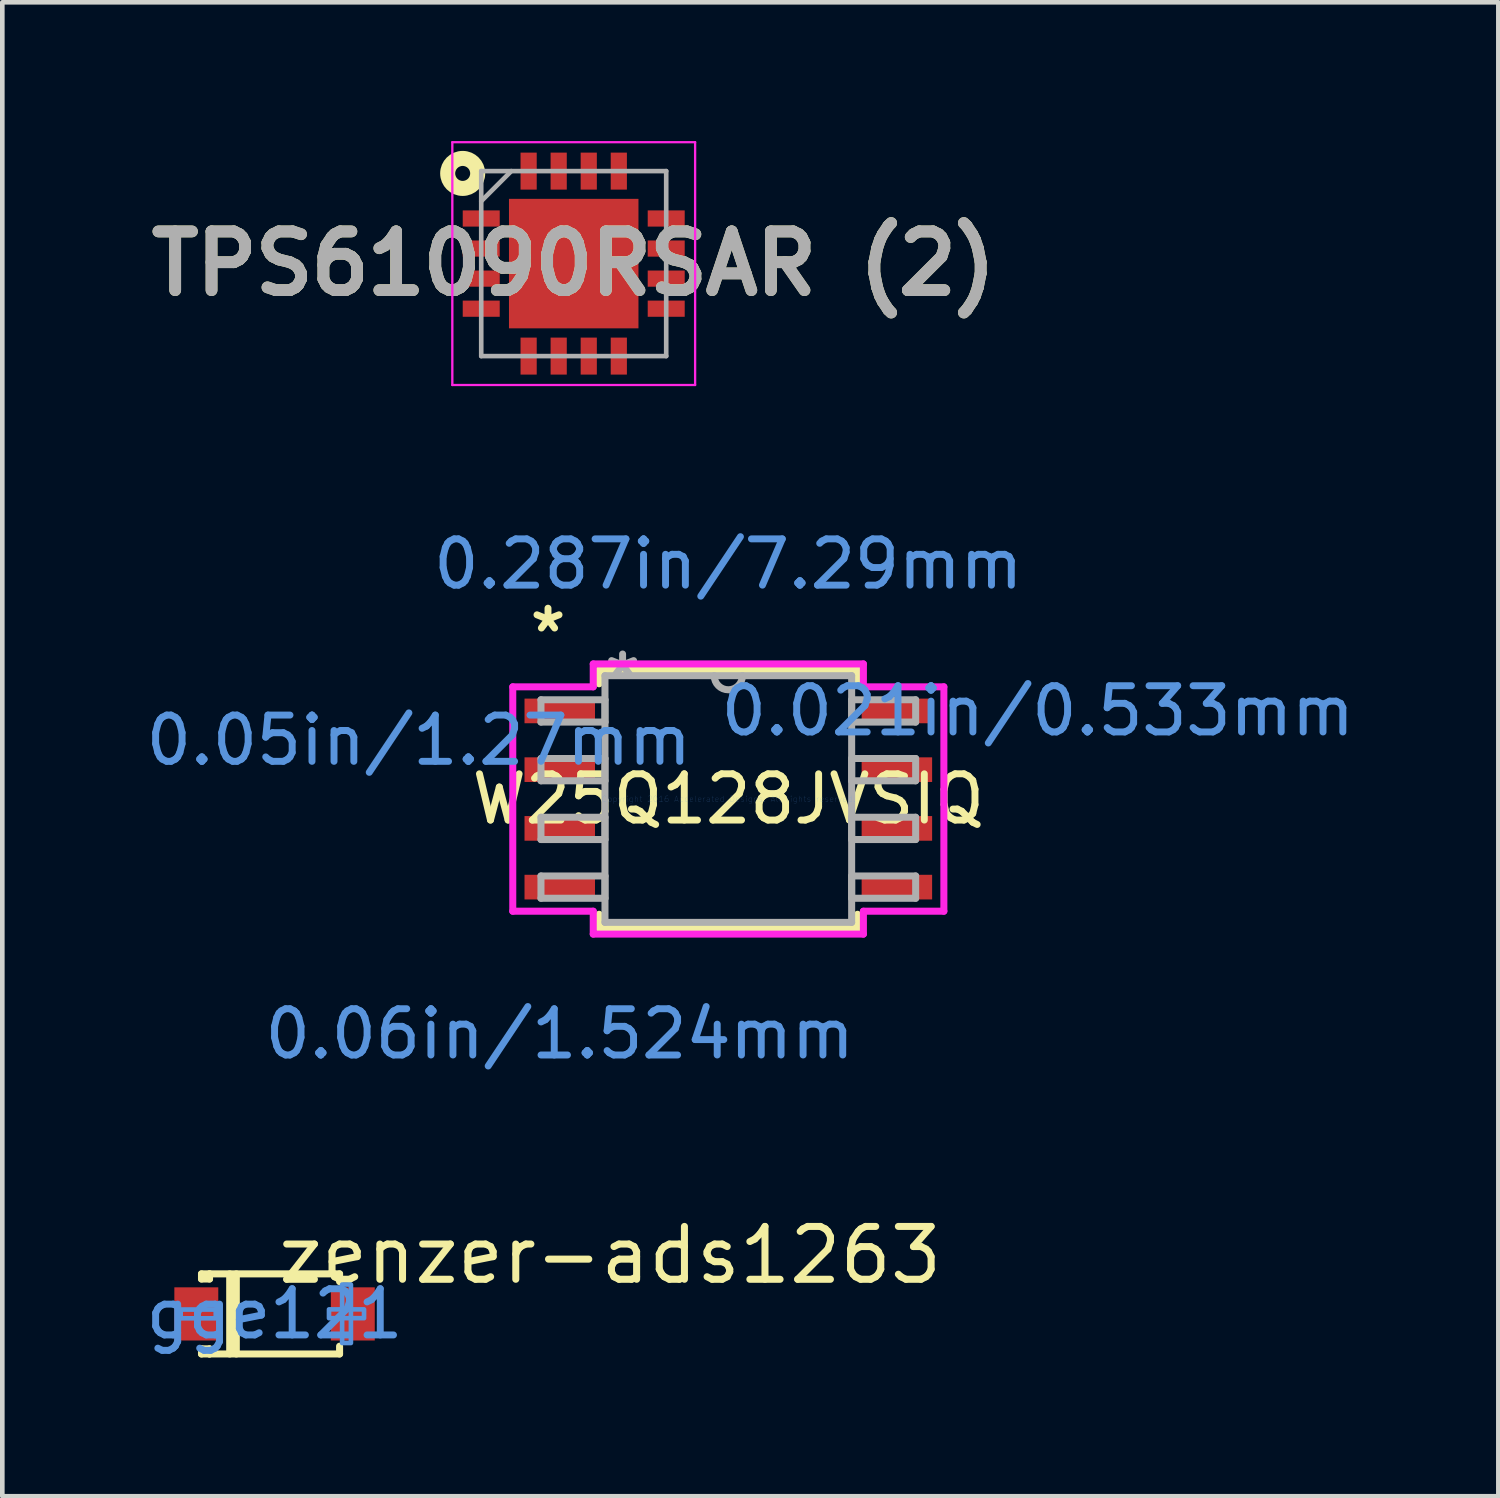
<source format=kicad_pcb>
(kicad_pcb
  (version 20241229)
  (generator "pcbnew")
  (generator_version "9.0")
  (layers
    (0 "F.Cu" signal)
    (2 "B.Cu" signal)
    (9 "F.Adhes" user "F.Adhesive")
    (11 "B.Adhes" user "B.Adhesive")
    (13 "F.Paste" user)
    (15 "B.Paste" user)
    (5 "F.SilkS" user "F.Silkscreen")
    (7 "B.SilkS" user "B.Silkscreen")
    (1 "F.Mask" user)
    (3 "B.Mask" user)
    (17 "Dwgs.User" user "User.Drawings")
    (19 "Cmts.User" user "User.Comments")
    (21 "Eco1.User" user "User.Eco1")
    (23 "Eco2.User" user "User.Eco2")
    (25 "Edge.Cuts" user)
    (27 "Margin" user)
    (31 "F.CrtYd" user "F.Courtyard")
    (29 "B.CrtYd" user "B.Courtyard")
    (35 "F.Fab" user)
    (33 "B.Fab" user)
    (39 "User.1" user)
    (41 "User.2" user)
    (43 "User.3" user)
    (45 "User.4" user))
  (footprint "zenzer-ads1263"
    (layer "F.Cu")
    (at 2.887 25.362)
    (property "Reference" "zenzer-ads1263" (at 0 -1.27 0) (layer "F.SilkS") (effects (font (size 1.143 1.143) (thickness 0.152)) (justify left)))
    (attr smd)
    (fp_line (start -1.58 -0.866) (end -1.406 -0.866) (stroke (width 0.152) (type solid)) (layer "F.SilkS"))
    (fp_line (start -1.58 -0.755) (end -1.58 -0.866) (stroke (width 0.152) (type solid)) (layer "F.SilkS"))
    (fp_line (start -1.58 -0.755) (end -1.406 -0.755) (stroke (width 0.152) (type solid)) (layer "F.SilkS"))
    (fp_line (start -1.58 0.755) (end -1.406 0.755) (stroke (width 0.152) (type solid)) (layer "F.SilkS"))
    (fp_line (start -1.58 0.866) (end -1.58 0.755) (stroke (width 0.152) (type solid)) (layer "F.SilkS"))
    (fp_line (start -1.406 -0.866) (end -1.406 -0.755) (stroke (width 0.152) (type solid)) (layer "F.SilkS"))
    (fp_line (start -1.406 -0.866) (end 1.406 -0.866) (stroke (width 0.152) (type solid)) (layer "F.SilkS"))
    (fp_line (start -1.406 0.755) (end -1.406 0.866) (stroke (width 0.152) (type solid)) (layer "F.SilkS"))
    (fp_line (start -1.406 0.866) (end -1.58 0.866) (stroke (width 0.152) (type solid)) (layer "F.SilkS"))
    (fp_line (start -1.406 0.866) (end 1.406 0.866) (stroke (width 0.152) (type solid)) (layer "F.SilkS"))
    (fp_line (start -0.97 -0.866) (end -0.97 0.866) (stroke (width 0.152) (type solid)) (layer "F.SilkS"))
    (fp_line (start -0.827 -0.866) (end -0.827 0.866) (stroke (width 0.152) (type solid)) (layer "F.SilkS"))
    (fp_line (start 1.406 -0.866) (end 1.406 -0.698) (stroke (width 0.152) (type solid)) (layer "F.SilkS"))
    (fp_line (start 1.406 0.866) (end 1.406 0.698) (stroke (width 0.152) (type solid)) (layer "F.SilkS"))
    (fp_poly (pts (xy -2.03 -0.095) (xy -2.03 0.095) (xy -1.272 0.095) (xy -1.272 -0.095)) (stroke (width 0.1) (type solid)) (fill no) (layer "Cmts.User"))
    (fp_poly (pts (xy 1.651 -0.635) (xy 1.651 0.629) (xy 1.461 0.629) (xy 1.461 -0.635)) (stroke (width 0.1) (type solid)) (fill no) (layer "Cmts.User"))
    (fp_poly (pts (xy 1.935 -0.098) (xy 1.935 0.092) (xy 1.177 0.092) (xy 1.177 -0.098)) (stroke (width 0.1) (type solid)) (fill no) (layer "Cmts.User"))
    (fp_text user "gge121" (at 0 0 0) (layer "Cmts.User") (effects (font (size 1 1) (thickness 0.15))))
    (pad "1" smd rect (at -1.692 0) (size 0.95 1.15) (layers "F.Cu" "F.Mask" "F.Paste"))
    (pad "2" smd rect (at 1.692 0) (size 0.95 1.15) (layers "F.Cu" "F.Mask" "F.Paste")))
  (footprint "TPS61090RSAR (2)"
    (layer "F.Cu")
    (at 9.356 2.65)
    (property "Reference" "TPS61090RSAR (2)" (at 0 0 0) (layer "F.SilkS") (effects (font (size 1.27 1.27) (thickness 0.254))))
    (attr smd)
    (fp_circle (center -2.401 -1.95) (end -2.401 -1.788) (stroke (width 0.325) (type solid)) (fill no) (layer "F.SilkS"))
    (fp_line (start -2.625 -2.625) (end 2.625 -2.625) (stroke (width 0.05) (type solid)) (layer "F.CrtYd"))
    (fp_line (start -2.625 2.625) (end -2.625 -2.625) (stroke (width 0.05) (type solid)) (layer "F.CrtYd"))
    (fp_line (start 2.625 -2.625) (end 2.625 2.625) (stroke (width 0.05) (type solid)) (layer "F.CrtYd"))
    (fp_line (start 2.625 2.625) (end -2.625 2.625) (stroke (width 0.05) (type solid)) (layer "F.CrtYd"))
    (fp_line (start -2 -2) (end 2 -2) (stroke (width 0.1) (type solid)) (layer "F.Fab"))
    (fp_line (start -2 -1.35) (end -1.35 -2) (stroke (width 0.1) (type solid)) (layer "F.Fab"))
    (fp_line (start -2 2) (end -2 -2) (stroke (width 0.1) (type solid)) (layer "F.Fab"))
    (fp_line (start 2 -2) (end 2 2) (stroke (width 0.1) (type solid)) (layer "F.Fab"))
    (fp_line (start 2 2) (end -2 2) (stroke (width 0.1) (type solid)) (layer "F.Fab"))
    (fp_text user "${REFERENCE}" (at 0 0 0) (layer "F.Fab") (effects (font (size 1.27 1.27) (thickness 0.254))))
    (pad "1" smd rect (at -2 -0.975 90) (size 0.35 0.8) (layers "F.Cu" "F.Mask" "F.Paste"))
    (pad "2" smd rect (at -2 -0.325 90) (size 0.35 0.8) (layers "F.Cu" "F.Mask" "F.Paste"))
    (pad "3" smd rect (at -2 0.325 90) (size 0.35 0.8) (layers "F.Cu" "F.Mask" "F.Paste"))
    (pad "4" smd rect (at -2 0.975 90) (size 0.35 0.8) (layers "F.Cu" "F.Mask" "F.Paste"))
    (pad "5" smd rect (at -0.975 2) (size 0.35 0.8) (layers "F.Cu" "F.Mask" "F.Paste"))
    (pad "6" smd rect (at -0.325 2) (size 0.35 0.8) (layers "F.Cu" "F.Mask" "F.Paste"))
    (pad "7" smd rect (at 0.325 2) (size 0.35 0.8) (layers "F.Cu" "F.Mask" "F.Paste"))
    (pad "8" smd rect (at 0.975 2) (size 0.35 0.8) (layers "F.Cu" "F.Mask" "F.Paste"))
    (pad "9" smd rect (at 2 0.975 90) (size 0.35 0.8) (layers "F.Cu" "F.Mask" "F.Paste"))
    (pad "10" smd rect (at 2 0.325 90) (size 0.35 0.8) (layers "F.Cu" "F.Mask" "F.Paste"))
    (pad "11" smd rect (at 2 -0.325 90) (size 0.35 0.8) (layers "F.Cu" "F.Mask" "F.Paste"))
    (pad "12" smd rect (at 2 -0.975 90) (size 0.35 0.8) (layers "F.Cu" "F.Mask" "F.Paste"))
    (pad "13" smd rect (at 0.975 -2) (size 0.35 0.8) (layers "F.Cu" "F.Mask" "F.Paste"))
    (pad "14" smd rect (at 0.325 -2) (size 0.35 0.8) (layers "F.Cu" "F.Mask" "F.Paste"))
    (pad "15" smd rect (at -0.325 -2) (size 0.35 0.8) (layers "F.Cu" "F.Mask" "F.Paste"))
    (pad "16" smd rect (at -0.975 -2) (size 0.35 0.8) (layers "F.Cu" "F.Mask" "F.Paste"))
    (pad "17" smd rect (at 0 0) (size 2.8 2.8) (layers "F.Cu" "F.Mask" "F.Paste")))
  (footprint "W25Q128JVSIQ"
    (layer "F.Cu")
    (at 12.699 14.228)
    (property "Reference" "W25Q128JVSIQ" (at 0 0 0) (layer "F.SilkS") (effects (font (size 1 1) (thickness 0.15))))
    (attr through_hole)
    (fp_line (start -2.794 -2.794) (end -2.794 -2.492) (stroke (width 0.152) (type solid)) (layer "F.SilkS"))
    (fp_line (start -2.794 2.492) (end -2.794 2.794) (stroke (width 0.152) (type solid)) (layer "F.SilkS"))
    (fp_line (start -2.794 2.794) (end 2.794 2.794) (stroke (width 0.152) (type solid)) (layer "F.SilkS"))
    (fp_line (start 2.794 -2.794) (end -2.794 -2.794) (stroke (width 0.152) (type solid)) (layer "F.SilkS"))
    (fp_line (start 2.794 -2.492) (end 2.794 -2.794) (stroke (width 0.152) (type solid)) (layer "F.SilkS"))
    (fp_line (start 2.794 2.794) (end 2.794 2.492) (stroke (width 0.152) (type solid)) (layer "F.SilkS"))
    (fp_line (start -4.661 -2.426) (end -2.921 -2.426) (stroke (width 0.152) (type solid)) (layer "F.CrtYd"))
    (fp_line (start -4.661 2.426) (end -4.661 -2.426) (stroke (width 0.152) (type solid)) (layer "F.CrtYd"))
    (fp_line (start -4.661 2.426) (end -2.921 2.426) (stroke (width 0.152) (type solid)) (layer "F.CrtYd"))
    (fp_line (start -2.921 -2.921) (end 2.921 -2.921) (stroke (width 0.152) (type solid)) (layer "F.CrtYd"))
    (fp_line (start -2.921 -2.426) (end -2.921 -2.921) (stroke (width 0.152) (type solid)) (layer "F.CrtYd"))
    (fp_line (start -2.921 2.921) (end -2.921 2.426) (stroke (width 0.152) (type solid)) (layer "F.CrtYd"))
    (fp_line (start 2.921 -2.921) (end 2.921 -2.426) (stroke (width 0.152) (type solid)) (layer "F.CrtYd"))
    (fp_line (start 2.921 2.426) (end 2.921 2.921) (stroke (width 0.152) (type solid)) (layer "F.CrtYd"))
    (fp_line (start 2.921 2.921) (end -2.921 2.921) (stroke (width 0.152) (type solid)) (layer "F.CrtYd"))
    (fp_line (start 4.661 -2.426) (end 2.921 -2.426) (stroke (width 0.152) (type solid)) (layer "F.CrtYd"))
    (fp_line (start 4.661 -2.426) (end 4.661 2.426) (stroke (width 0.152) (type solid)) (layer "F.CrtYd"))
    (fp_line (start 4.661 2.426) (end 2.921 2.426) (stroke (width 0.152) (type solid)) (layer "F.CrtYd"))
    (fp_line (start -4.051 -2.146) (end -4.051 -1.664) (stroke (width 0.152) (type solid)) (layer "F.Fab"))
    (fp_line (start -4.051 -1.664) (end -2.667 -1.664) (stroke (width 0.152) (type solid)) (layer "F.Fab"))
    (fp_line (start -4.051 -0.876) (end -4.051 -0.394) (stroke (width 0.152) (type solid)) (layer "F.Fab"))
    (fp_line (start -4.051 -0.394) (end -2.667 -0.394) (stroke (width 0.152) (type solid)) (layer "F.Fab"))
    (fp_line (start -4.051 0.394) (end -4.051 0.876) (stroke (width 0.152) (type solid)) (layer "F.Fab"))
    (fp_line (start -4.051 0.876) (end -2.667 0.876) (stroke (width 0.152) (type solid)) (layer "F.Fab"))
    (fp_line (start -4.051 1.664) (end -4.051 2.146) (stroke (width 0.152) (type solid)) (layer "F.Fab"))
    (fp_line (start -4.051 2.146) (end -2.667 2.146) (stroke (width 0.152) (type solid)) (layer "F.Fab"))
    (fp_line (start -2.667 -2.667) (end -2.667 2.667) (stroke (width 0.152) (type solid)) (layer "F.Fab"))
    (fp_line (start -2.667 -2.146) (end -4.051 -2.146) (stroke (width 0.152) (type solid)) (layer "F.Fab"))
    (fp_line (start -2.667 -1.664) (end -2.667 -2.146) (stroke (width 0.152) (type solid)) (layer "F.Fab"))
    (fp_line (start -2.667 -0.876) (end -4.051 -0.876) (stroke (width 0.152) (type solid)) (layer "F.Fab"))
    (fp_line (start -2.667 -0.394) (end -2.667 -0.876) (stroke (width 0.152) (type solid)) (layer "F.Fab"))
    (fp_line (start -2.667 0.394) (end -4.051 0.394) (stroke (width 0.152) (type solid)) (layer "F.Fab"))
    (fp_line (start -2.667 0.876) (end -2.667 0.394) (stroke (width 0.152) (type solid)) (layer "F.Fab"))
    (fp_line (start -2.667 1.664) (end -4.051 1.664) (stroke (width 0.152) (type solid)) (layer "F.Fab"))
    (fp_line (start -2.667 2.146) (end -2.667 1.664) (stroke (width 0.152) (type solid)) (layer "F.Fab"))
    (fp_line (start -2.667 2.667) (end 2.667 2.667) (stroke (width 0.152) (type solid)) (layer "F.Fab"))
    (fp_line (start 2.667 -2.667) (end -2.667 -2.667) (stroke (width 0.152) (type solid)) (layer "F.Fab"))
    (fp_line (start 2.667 -2.146) (end 2.667 -1.664) (stroke (width 0.152) (type solid)) (layer "F.Fab"))
    (fp_line (start 2.667 -1.664) (end 4.051 -1.664) (stroke (width 0.152) (type solid)) (layer "F.Fab"))
    (fp_line (start 2.667 -0.876) (end 2.667 -0.394) (stroke (width 0.152) (type solid)) (layer "F.Fab"))
    (fp_line (start 2.667 -0.394) (end 4.051 -0.394) (stroke (width 0.152) (type solid)) (layer "F.Fab"))
    (fp_line (start 2.667 0.394) (end 2.667 0.876) (stroke (width 0.152) (type solid)) (layer "F.Fab"))
    (fp_line (start 2.667 0.876) (end 4.051 0.876) (stroke (width 0.152) (type solid)) (layer "F.Fab"))
    (fp_line (start 2.667 1.664) (end 2.667 2.146) (stroke (width 0.152) (type solid)) (layer "F.Fab"))
    (fp_line (start 2.667 2.146) (end 4.051 2.146) (stroke (width 0.152) (type solid)) (layer "F.Fab"))
    (fp_line (start 2.667 2.667) (end 2.667 -2.667) (stroke (width 0.152) (type solid)) (layer "F.Fab"))
    (fp_line (start 4.051 -2.146) (end 2.667 -2.146) (stroke (width 0.152) (type solid)) (layer "F.Fab"))
    (fp_line (start 4.051 -1.664) (end 4.051 -2.146) (stroke (width 0.152) (type solid)) (layer "F.Fab"))
    (fp_line (start 4.051 -0.876) (end 2.667 -0.876) (stroke (width 0.152) (type solid)) (layer "F.Fab"))
    (fp_line (start 4.051 -0.394) (end 4.051 -0.876) (stroke (width 0.152) (type solid)) (layer "F.Fab"))
    (fp_line (start 4.051 0.394) (end 2.667 0.394) (stroke (width 0.152) (type solid)) (layer "F.Fab"))
    (fp_line (start 4.051 0.876) (end 4.051 0.394) (stroke (width 0.152) (type solid)) (layer "F.Fab"))
    (fp_line (start 4.051 1.664) (end 2.667 1.664) (stroke (width 0.152) (type solid)) (layer "F.Fab"))
    (fp_line (start 4.051 2.146) (end 4.051 1.664) (stroke (width 0.152) (type solid)) (layer "F.Fab"))
    (fp_arc (start 0.3048 -2.667) (mid 0 -2.3622) (end -0.3048 -2.667) (stroke (width 0.1524) (type solid)) (layer "F.Fab"))
    (fp_text user "*" (at -3.899 -3.581 0) (layer "F.SilkS") (effects (font (size 1 1) (thickness 0.15))))
    (fp_text user "0.06in/1.524mm" (at -3.645 5.08 0) (layer "Cmts.User") (effects (font (size 1 1) (thickness 0.15))))
    (fp_text user "0.021in/0.533mm" (at 6.693 -1.905 0) (layer "Cmts.User") (effects (font (size 1 1) (thickness 0.15))))
    (fp_text user "0.05in/1.27mm" (at -6.693 -1.27 0) (layer "Cmts.User") (effects (font (size 1 1) (thickness 0.15))))
    (fp_text user "Copyright 2016 Accelerated Designs. All rights reserved." (at 0 0 0) (layer "Cmts.User") (effects (font (size 0.127 0.127) (thickness 0.002))))
    (fp_text user "0.287in/7.29mm" (at 0 -5.08 0) (layer "Cmts.User") (effects (font (size 1 1) (thickness 0.15))))
    (fp_text user "*" (at -2.286 -2.591 0) (layer "F.Fab") (effects (font (size 1 1) (thickness 0.15))))
    (pad "1" smd rect (at -3.645 -1.905) (size 1.524 0.533) (layers "F.Cu" "F.Mask" "F.Paste"))
    (pad "2" smd rect (at -3.645 -0.635) (size 1.524 0.533) (layers "F.Cu" "F.Mask" "F.Paste"))
    (pad "3" smd rect (at -3.645 0.635) (size 1.524 0.533) (layers "F.Cu" "F.Mask" "F.Paste"))
    (pad "4" smd rect (at -3.645 1.905) (size 1.524 0.533) (layers "F.Cu" "F.Mask" "F.Paste"))
    (pad "5" smd rect (at 3.645 1.905) (size 1.524 0.533) (layers "F.Cu" "F.Mask" "F.Paste"))
    (pad "6" smd rect (at 3.645 0.635) (size 1.524 0.533) (layers "F.Cu" "F.Mask" "F.Paste"))
    (pad "7" smd rect (at 3.645 -0.635) (size 1.524 0.533) (layers "F.Cu" "F.Mask" "F.Paste"))
    (pad "8" smd rect (at 3.645 -1.905) (size 1.524 0.533) (layers "F.Cu" "F.Mask" "F.Paste")))
  (gr_rect
    (start -3 -3)
    (end 29.35 29.304)
    (stroke (width 0.1) (type default))
    (fill no)
    (layer "Edge.Cuts")))
</source>
